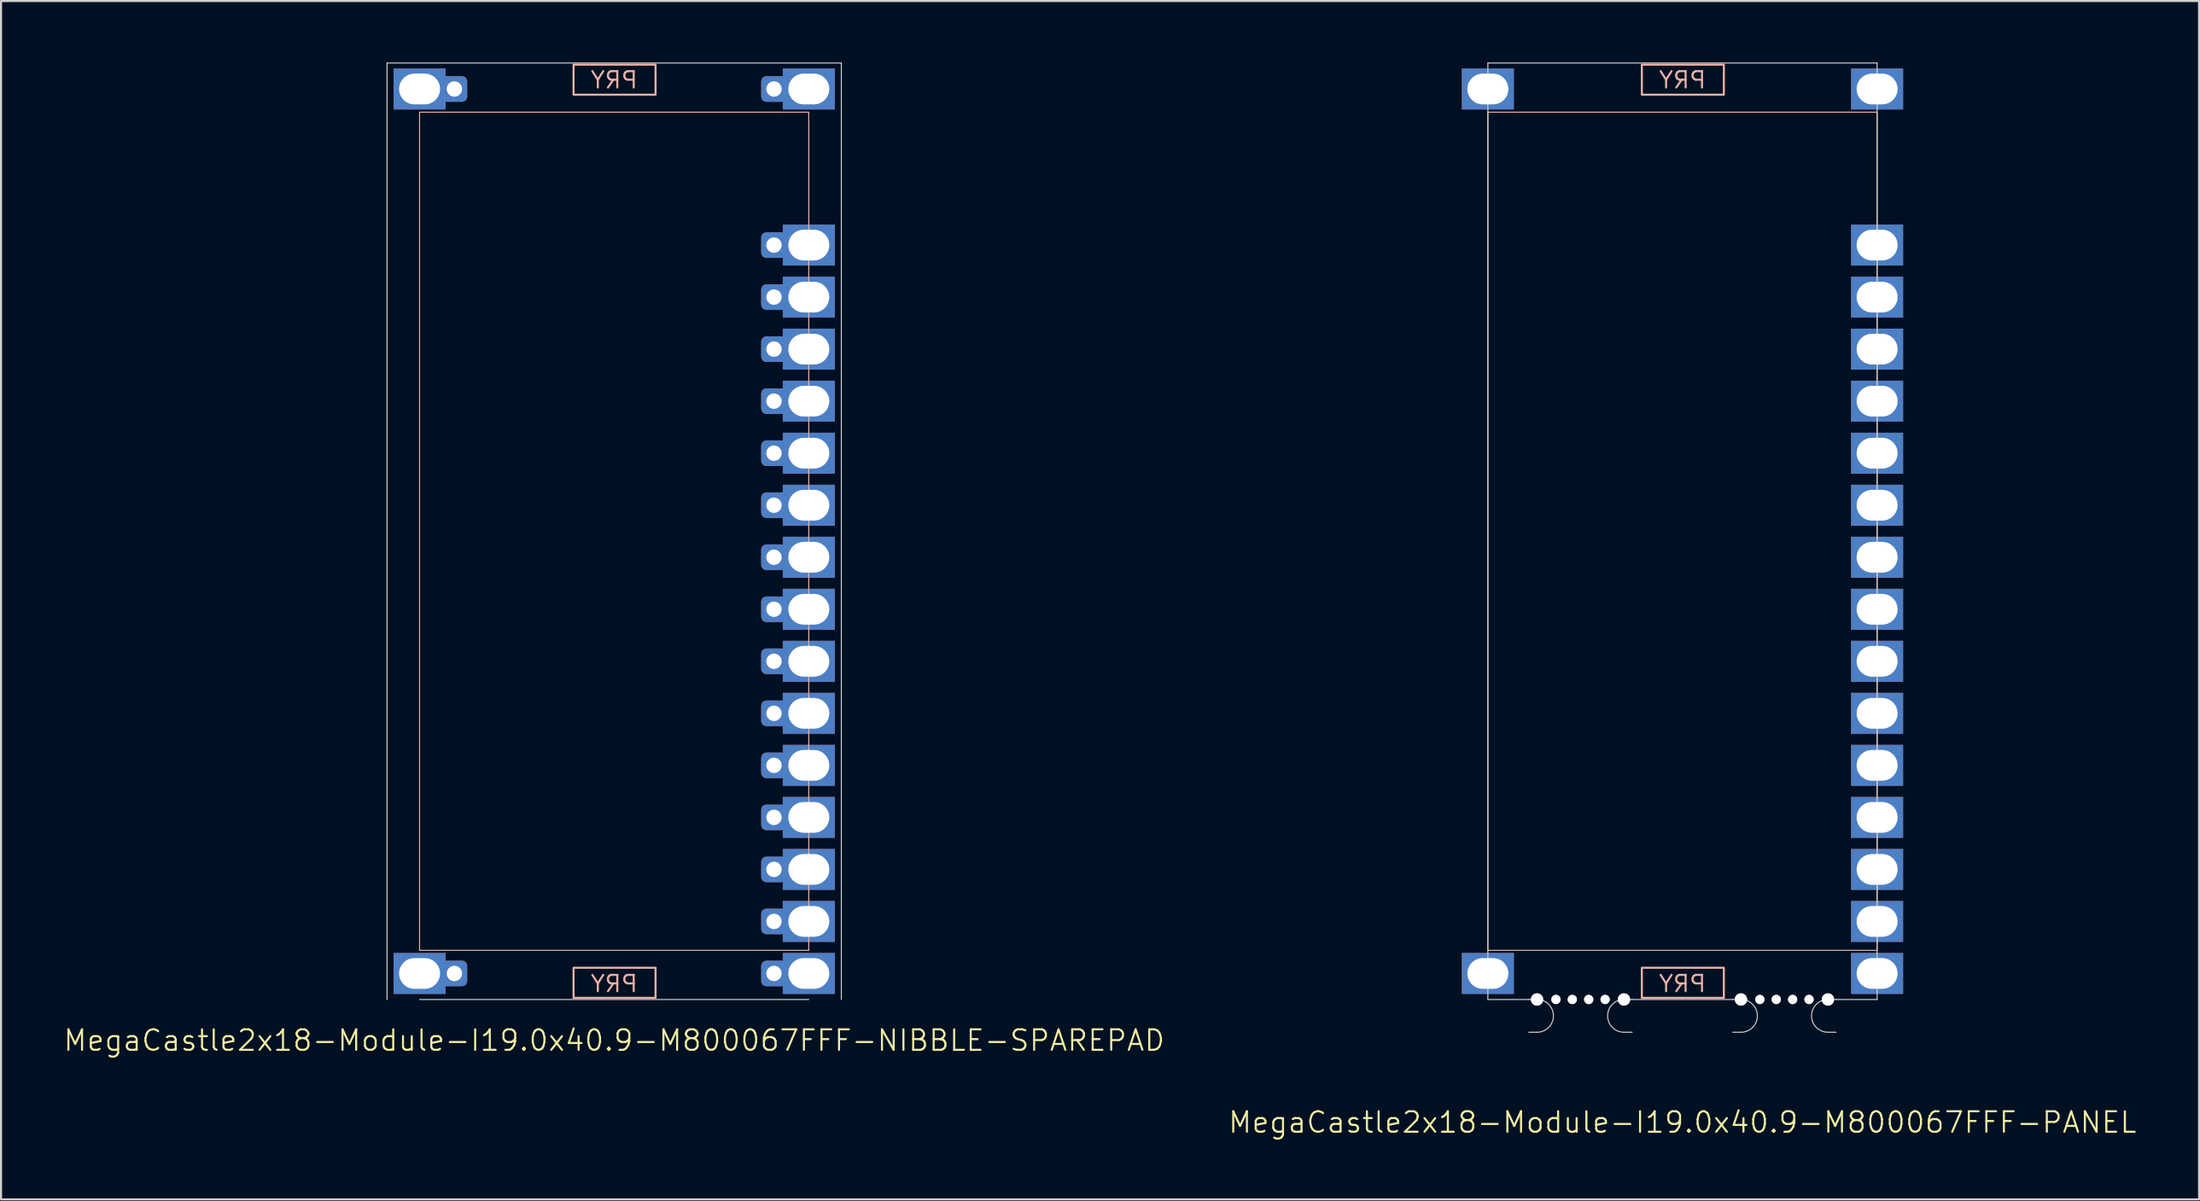
<source format=kicad_pcb>
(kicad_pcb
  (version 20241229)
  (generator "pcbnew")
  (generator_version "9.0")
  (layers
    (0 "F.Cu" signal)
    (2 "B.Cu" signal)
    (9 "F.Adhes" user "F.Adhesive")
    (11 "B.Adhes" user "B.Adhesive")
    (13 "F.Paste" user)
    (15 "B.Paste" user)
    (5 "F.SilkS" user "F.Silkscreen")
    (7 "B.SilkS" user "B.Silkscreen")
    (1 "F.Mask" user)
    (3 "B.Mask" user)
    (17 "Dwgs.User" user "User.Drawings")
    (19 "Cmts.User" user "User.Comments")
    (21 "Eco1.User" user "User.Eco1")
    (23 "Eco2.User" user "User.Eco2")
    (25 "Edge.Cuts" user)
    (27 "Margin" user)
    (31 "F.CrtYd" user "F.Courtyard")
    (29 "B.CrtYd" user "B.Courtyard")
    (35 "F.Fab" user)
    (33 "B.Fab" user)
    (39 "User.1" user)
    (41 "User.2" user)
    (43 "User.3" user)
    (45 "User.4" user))
  (footprint "MegaCastle2x18-Module-I19.0x40.9-M800067FFF-PANEL"
    (layer "F.Cu")
    (at 79.079 22.885)
    (property "Reference" "MegaCastle2x18-Module-I19.0x40.9-M800067FFF-PANEL" (at 0 28.86 0) (unlocked yes) (layer "F.SilkS") (effects (font (size 1 1) (thickness 0.1))))
    (attr smd)
    (fp_rect (start -9.5 20.46) (end 9.5 -20.46) (stroke (width 0.05) (type default)) (fill no) (layer "B.SilkS"))
    (fp_rect (start -1.984 -21.311) (end 2.02 -22.78) (stroke (width 0.1) (type default)) (fill no) (layer "B.SilkS"))
    (fp_rect (start -1.984 21.311) (end 2.02 22.78) (stroke (width 0.1) (type default)) (fill no) (layer "B.SilkS"))
    (fp_line (start -9.5 -22.86) (end -9.5 22.86) (stroke (width 0.05) (type default)) (layer "Edge.Cuts"))
    (fp_line (start -9.5 -22.86) (end 9.5 -22.86) (stroke (width 0.05) (type default)) (layer "Edge.Cuts"))
    (fp_line (start -9.5 22.86) (end -7.5 22.86) (stroke (width 0.05) (type default)) (layer "Edge.Cuts"))
    (fp_line (start -7.5 22.86) (end -7.1 22.86) (stroke (width 0.05) (type default)) (layer "Edge.Cuts"))
    (fp_line (start -7.5 24.46) (end -7.1 24.46) (stroke (width 0.05) (type default)) (layer "Edge.Cuts"))
    (fp_line (start -2.455 22.86) (end -2.855 22.86) (stroke (width 0.05) (type default)) (layer "Edge.Cuts"))
    (fp_line (start -2.455 22.86) (end 2.455 22.86) (stroke (width 0.05) (type default)) (layer "Edge.Cuts"))
    (fp_line (start -2.455 24.46) (end -2.855 24.46) (stroke (width 0.05) (type default)) (layer "Edge.Cuts"))
    (fp_line (start 2.455 22.86) (end 2.855 22.86) (stroke (width 0.05) (type default)) (layer "Edge.Cuts"))
    (fp_line (start 2.455 24.46) (end 2.855 24.46) (stroke (width 0.05) (type default)) (layer "Edge.Cuts"))
    (fp_line (start 7.5 22.86) (end 7.1 22.86) (stroke (width 0.05) (type default)) (layer "Edge.Cuts"))
    (fp_line (start 7.5 22.86) (end 9.5 22.86) (stroke (width 0.05) (type default)) (layer "Edge.Cuts"))
    (fp_line (start 7.5 24.46) (end 7.1 24.46) (stroke (width 0.05) (type default)) (layer "Edge.Cuts"))
    (fp_line (start 9.5 -22.86) (end 9.5 22.86) (stroke (width 0.05) (type default)) (layer "Edge.Cuts"))
    (fp_arc (start -7.1 22.860001) (mid -6.3 23.66) (end -7.1 24.459999) (stroke (width 0.05) (type default)) (layer "Edge.Cuts"))
    (fp_arc (start -2.855 24.459999) (mid -3.655 23.66) (end -2.855 22.860001) (stroke (width 0.05) (type default)) (layer "Edge.Cuts"))
    (fp_arc (start 2.855 22.860001) (mid 3.655 23.66) (end 2.855 24.459999) (stroke (width 0.05) (type default)) (layer "Edge.Cuts"))
    (fp_arc (start 7.1 24.459999) (mid 6.300001 23.66) (end 7.1 22.860001) (stroke (width 0.05) (type default)) (layer "Edge.Cuts"))
    (fp_text user "PRY" (at 0 -21.56 0) (unlocked yes) (layer "B.SilkS") (effects (font (size 0.8 0.8) (thickness 0.1)) (justify bottom mirror)))
    (fp_text user "PRY" (at 0 22.56 0) (unlocked yes) (layer "B.SilkS") (effects (font (size 0.8 0.8) (thickness 0.1)) (justify bottom mirror)))
    (pad "" np_thru_hole circle (at -7.1 22.86) (size 0.6 0.6) (drill 0.6) (layers "*.Cu" "Edge.Cuts"))
    (pad "" np_thru_hole circle (at -6.178 22.86) (size 0.45 0.45) (drill 0.45) (layers "*.Cu" "Edge.Cuts"))
    (pad "" np_thru_hole circle (at -5.378 22.86) (size 0.45 0.45) (drill 0.45) (layers "*.Cu" "Edge.Cuts"))
    (pad "" np_thru_hole circle (at -4.577 22.86) (size 0.45 0.45) (drill 0.45) (layers "*.Cu" "Edge.Cuts"))
    (pad "" np_thru_hole circle (at -3.777 22.86) (size 0.45 0.45) (drill 0.45) (layers "*.Cu" "Edge.Cuts"))
    (pad "" np_thru_hole circle (at -2.855 22.86) (size 0.6 0.6) (drill 0.6) (layers "*.Cu" "Edge.Cuts"))
    (pad "" np_thru_hole circle (at 2.855 22.86) (size 0.6 0.6) (drill 0.6) (layers "*.Cu" "Edge.Cuts"))
    (pad "" np_thru_hole circle (at 3.777 22.86) (size 0.45 0.45) (drill 0.45) (layers "*.Cu" "Edge.Cuts"))
    (pad "" np_thru_hole circle (at 4.577 22.86) (size 0.45 0.45) (drill 0.45) (layers "*.Cu" "Edge.Cuts"))
    (pad "" np_thru_hole circle (at 5.378 22.86) (size 0.45 0.45) (drill 0.45) (layers "*.Cu" "Edge.Cuts"))
    (pad "" np_thru_hole circle (at 6.178 22.86) (size 0.45 0.45) (drill 0.45) (layers "*.Cu" "Edge.Cuts"))
    (pad "" np_thru_hole circle (at 7.1 22.86) (size 0.6 0.6) (drill 0.6) (layers "*.Cu" "Edge.Cuts"))
    (pad "1" thru_hole rect (at -9.5 -21.59) (size 2.54 2) (drill oval 2 1.5) (property pad_prop_castellated) (layers "*.Cu" "*.Mask"))
    (pad "18" thru_hole rect (at -9.5 21.59) (size 2.54 2) (drill oval 2 1.5) (property pad_prop_castellated) (layers "*.Cu" "*.Mask"))
    (pad "19" thru_hole rect (at 9.5 -21.59) (size 2.54 2) (drill oval 2 1.5) (property pad_prop_castellated) (layers "*.Cu" "*.Mask"))
    (pad "22" thru_hole rect (at 9.5 -13.97) (size 2.54 2) (drill oval 2 1.5) (property pad_prop_castellated) (layers "*.Cu" "*.Mask"))
    (pad "23" thru_hole rect (at 9.5 -11.43) (size 2.54 2) (drill oval 2 1.5) (property pad_prop_castellated) (layers "*.Cu" "*.Mask"))
    (pad "24" thru_hole rect (at 9.5 -8.89) (size 2.54 2) (drill oval 2 1.5) (property pad_prop_castellated) (layers "*.Cu" "*.Mask"))
    (pad "25" thru_hole rect (at 9.5 -6.35) (size 2.54 2) (drill oval 2 1.5) (property pad_prop_castellated) (layers "*.Cu" "*.Mask"))
    (pad "26" thru_hole rect (at 9.5 -3.81) (size 2.54 2) (drill oval 2 1.5) (property pad_prop_castellated) (layers "*.Cu" "*.Mask"))
    (pad "27" thru_hole rect (at 9.5 -1.27) (size 2.54 2) (drill oval 2 1.5) (property pad_prop_castellated) (layers "*.Cu" "*.Mask"))
    (pad "28" thru_hole rect (at 9.5 1.27) (size 2.54 2) (drill oval 2 1.5) (property pad_prop_castellated) (layers "*.Cu" "*.Mask"))
    (pad "29" thru_hole rect (at 9.5 3.81) (size 2.54 2) (drill oval 2 1.5) (property pad_prop_castellated) (layers "*.Cu" "*.Mask"))
    (pad "30" thru_hole rect (at 9.5 6.35) (size 2.54 2) (drill oval 2 1.5) (property pad_prop_castellated) (layers "*.Cu" "*.Mask"))
    (pad "31" thru_hole rect (at 9.5 8.89) (size 2.54 2) (drill oval 2 1.5) (property pad_prop_castellated) (layers "*.Cu" "*.Mask"))
    (pad "32" thru_hole rect (at 9.5 11.43) (size 2.54 2) (drill oval 2 1.5) (property pad_prop_castellated) (layers "*.Cu" "*.Mask"))
    (pad "33" thru_hole rect (at 9.5 13.97) (size 2.54 2) (drill oval 2 1.5) (property pad_prop_castellated) (layers "*.Cu" "*.Mask"))
    (pad "34" thru_hole rect (at 9.5 16.51) (size 2.54 2) (drill oval 2 1.5) (property pad_prop_castellated) (layers "*.Cu" "*.Mask"))
    (pad "35" thru_hole rect (at 9.5 19.05) (size 2.54 2) (drill oval 2 1.5) (property pad_prop_castellated) (layers "*.Cu" "*.Mask"))
    (pad "36" thru_hole rect (at 9.5 21.59) (size 2.54 2) (drill oval 2 1.5) (property pad_prop_castellated) (layers "*.Cu" "*.Mask"))
    (zone (net_name "") (layer "B.Cu") (hatch edge 0.5) (connect_pads) (min_thickness 0.25) (filled_areas_thickness no) (keepout (tracks allowed) (vias allowed) (pads allowed) (copperpour allowed) (footprints not_allowed)) (placement (enabled no)) (fill) (polygon (pts (xy 69.579 45.745) (xy 69.579 0.025))))
    (zone (net_name "") (layer "B.Cu") (hatch edge 0.5) (connect_pads) (min_thickness 0.25) (filled_areas_thickness no) (keepout (tracks allowed) (vias allowed) (pads allowed) (copperpour allowed) (footprints not_allowed)) (placement (enabled no)) (fill) (polygon (pts (xy 88.579 45.745) (xy 88.579 0.025))))
    (zone (net_name "") (layer "B.Cu") (hatch edge 0.5) (connect_pads) (min_thickness 0.25) (filled_areas_thickness no) (keepout (tracks allowed) (vias allowed) (pads allowed) (copperpour allowed) (footprints not_allowed)) (placement (enabled no)) (fill) (polygon (pts (xy 69.579 0.025) (xy 69.579 2.425) (xy 88.579 2.425) (xy 88.579 0.025))))
    (zone (net_name "") (layer "B.Cu") (hatch edge 0.5) (connect_pads) (min_thickness 0.25) (filled_areas_thickness no) (keepout (tracks allowed) (vias allowed) (pads allowed) (copperpour allowed) (footprints not_allowed)) (placement (enabled no)) (fill) (polygon (pts (xy 69.579 45.745) (xy 69.579 43.345) (xy 88.579 43.345) (xy 88.579 45.745))))
    (zone (net_name "") (layer "B.Cu") (name "Upper Pry Zone") (hatch edge 0.5) (connect_pads) (min_thickness 0.25) (filled_areas_thickness no) (keepout (tracks not_allowed) (vias not_allowed) (pads not_allowed) (copperpour allowed) (footprints not_allowed)) (placement (enabled no)) (fill) (polygon (pts (xy 77.094 1.574) (xy 77.094 0.105) (xy 81.098 0.105) (xy 81.098 1.574))))
    (zone (net_name "") (layer "B.Cu") (name "Upper Pry Zone") (hatch edge 0.5) (connect_pads) (min_thickness 0.25) (filled_areas_thickness no) (keepout (tracks not_allowed) (vias not_allowed) (pads not_allowed) (copperpour allowed) (footprints not_allowed)) (placement (enabled no)) (fill) (polygon (pts (xy 77.094 44.196) (xy 77.094 45.665) (xy 81.098 45.665) (xy 81.098 44.196)))))
  (footprint "MegaCastle2x18-Module-I19.0x40.9-M800067FFF-NIBBLE-SPAREPAD"
    (layer "F.Cu")
    (at 26.931 22.885)
    (property "Reference" "MegaCastle2x18-Module-I19.0x40.9-M800067FFF-NIBBLE-SPAREPAD" (at 0 24.86 0) (unlocked yes) (layer "F.SilkS") (effects (font (size 1 1) (thickness 0.1))))
    (attr smd)
    (fp_rect (start -9.5 20.46) (end 9.5 -20.46) (stroke (width 0.05) (type default)) (fill no) (layer "B.SilkS"))
    (fp_rect (start -1.984 -21.311) (end 2.02 -22.78) (stroke (width 0.1) (type default)) (fill no) (layer "B.SilkS"))
    (fp_rect (start -1.984 21.311) (end 2.02 22.78) (stroke (width 0.1) (type default)) (fill no) (layer "B.SilkS"))
    (fp_line (start -11.088 -22.86) (end -11.088 22.86) (stroke (width 0.05) (type default)) (layer "Edge.Cuts"))
    (fp_line (start -11.088 -22.86) (end 11.088 -22.86) (stroke (width 0.05) (type default)) (layer "Edge.Cuts"))
    (fp_line (start -9.5 22.86) (end 9.5 22.86) (stroke (width 0.05) (type default)) (layer "Edge.Cuts"))
    (fp_line (start 11.088 -22.86) (end 11.088 22.86) (stroke (width 0.05) (type default)) (layer "Edge.Cuts"))
    (fp_text user "PRY" (at 0 -21.56 0) (unlocked yes) (layer "B.SilkS") (effects (font (size 0.8 0.8) (thickness 0.1)) (justify bottom mirror)))
    (fp_text user "PRY" (at 0 22.56 0) (unlocked yes) (layer "B.SilkS") (effects (font (size 0.8 0.8) (thickness 0.1)) (justify bottom mirror)))
    (pad "1" thru_hole rect (at -9.5 -21.59) (size 2.54 2) (drill oval 2 1.5) (property pad_prop_castellated) (layers "*.Cu" "*.Mask"))
    (pad "1" thru_hole roundrect (at -7.8 -21.59 180) (size 1.25 1.25) (drill 0.75) (layers "*.Cu" "*.Mask") (roundrect_rratio 0.2))
    (pad "18" thru_hole rect (at -9.5 21.59) (size 2.54 2) (drill oval 2 1.5) (property pad_prop_castellated) (layers "*.Cu" "*.Mask"))
    (pad "18" thru_hole roundrect (at -7.8 21.59 180) (size 1.25 1.25) (drill 0.75) (layers "*.Cu" "*.Mask") (roundrect_rratio 0.2))
    (pad "19" thru_hole roundrect (at 7.8 -21.59 180) (size 1.25 1.25) (drill 0.75) (layers "*.Cu" "*.Mask") (roundrect_rratio 0.2))
    (pad "19" thru_hole rect (at 9.5 -21.59) (size 2.54 2) (drill oval 2 1.5) (property pad_prop_castellated) (layers "*.Cu" "*.Mask"))
    (pad "22" thru_hole roundrect (at 7.8 -13.97 180) (size 1.25 1.25) (drill 0.75) (layers "*.Cu" "*.Mask") (roundrect_rratio 0.2))
    (pad "22" thru_hole rect (at 9.5 -13.97) (size 2.54 2) (drill oval 2 1.5) (property pad_prop_castellated) (layers "*.Cu" "*.Mask"))
    (pad "23" thru_hole roundrect (at 7.8 -11.43 180) (size 1.25 1.25) (drill 0.75) (layers "*.Cu" "*.Mask") (roundrect_rratio 0.2))
    (pad "23" thru_hole rect (at 9.5 -11.43) (size 2.54 2) (drill oval 2 1.5) (property pad_prop_castellated) (layers "*.Cu" "*.Mask"))
    (pad "24" thru_hole roundrect (at 7.8 -8.89 180) (size 1.25 1.25) (drill 0.75) (layers "*.Cu" "*.Mask") (roundrect_rratio 0.2))
    (pad "24" thru_hole rect (at 9.5 -8.89) (size 2.54 2) (drill oval 2 1.5) (property pad_prop_castellated) (layers "*.Cu" "*.Mask"))
    (pad "25" thru_hole roundrect (at 7.8 -6.35 180) (size 1.25 1.25) (drill 0.75) (layers "*.Cu" "*.Mask") (roundrect_rratio 0.2))
    (pad "25" thru_hole rect (at 9.5 -6.35) (size 2.54 2) (drill oval 2 1.5) (property pad_prop_castellated) (layers "*.Cu" "*.Mask"))
    (pad "26" thru_hole roundrect (at 7.8 -3.81 180) (size 1.25 1.25) (drill 0.75) (layers "*.Cu" "*.Mask") (roundrect_rratio 0.2))
    (pad "26" thru_hole rect (at 9.5 -3.81) (size 2.54 2) (drill oval 2 1.5) (property pad_prop_castellated) (layers "*.Cu" "*.Mask"))
    (pad "27" thru_hole roundrect (at 7.8 -1.27 180) (size 1.25 1.25) (drill 0.75) (layers "*.Cu" "*.Mask") (roundrect_rratio 0.2))
    (pad "27" thru_hole rect (at 9.5 -1.27) (size 2.54 2) (drill oval 2 1.5) (property pad_prop_castellated) (layers "*.Cu" "*.Mask"))
    (pad "28" thru_hole roundrect (at 7.8 1.27 180) (size 1.25 1.25) (drill 0.75) (layers "*.Cu" "*.Mask") (roundrect_rratio 0.2))
    (pad "28" thru_hole rect (at 9.5 1.27) (size 2.54 2) (drill oval 2 1.5) (property pad_prop_castellated) (layers "*.Cu" "*.Mask"))
    (pad "29" thru_hole roundrect (at 7.8 3.81 180) (size 1.25 1.25) (drill 0.75) (layers "*.Cu" "*.Mask") (roundrect_rratio 0.2))
    (pad "29" thru_hole rect (at 9.5 3.81) (size 2.54 2) (drill oval 2 1.5) (property pad_prop_castellated) (layers "*.Cu" "*.Mask"))
    (pad "30" thru_hole roundrect (at 7.8 6.35 180) (size 1.25 1.25) (drill 0.75) (layers "*.Cu" "*.Mask") (roundrect_rratio 0.2))
    (pad "30" thru_hole rect (at 9.5 6.35) (size 2.54 2) (drill oval 2 1.5) (property pad_prop_castellated) (layers "*.Cu" "*.Mask"))
    (pad "31" thru_hole roundrect (at 7.8 8.89 180) (size 1.25 1.25) (drill 0.75) (layers "*.Cu" "*.Mask") (roundrect_rratio 0.2))
    (pad "31" thru_hole rect (at 9.5 8.89) (size 2.54 2) (drill oval 2 1.5) (property pad_prop_castellated) (layers "*.Cu" "*.Mask"))
    (pad "32" thru_hole roundrect (at 7.8 11.43 180) (size 1.25 1.25) (drill 0.75) (layers "*.Cu" "*.Mask") (roundrect_rratio 0.2))
    (pad "32" thru_hole rect (at 9.5 11.43) (size 2.54 2) (drill oval 2 1.5) (property pad_prop_castellated) (layers "*.Cu" "*.Mask"))
    (pad "33" thru_hole roundrect (at 7.8 13.97 180) (size 1.25 1.25) (drill 0.75) (layers "*.Cu" "*.Mask") (roundrect_rratio 0.2))
    (pad "33" thru_hole rect (at 9.5 13.97) (size 2.54 2) (drill oval 2 1.5) (property pad_prop_castellated) (layers "*.Cu" "*.Mask"))
    (pad "34" thru_hole roundrect (at 7.8 16.51 180) (size 1.25 1.25) (drill 0.75) (layers "*.Cu" "*.Mask") (roundrect_rratio 0.2))
    (pad "34" thru_hole rect (at 9.5 16.51) (size 2.54 2) (drill oval 2 1.5) (property pad_prop_castellated) (layers "*.Cu" "*.Mask"))
    (pad "35" thru_hole roundrect (at 7.8 19.05 180) (size 1.25 1.25) (drill 0.75) (layers "*.Cu" "*.Mask") (roundrect_rratio 0.2))
    (pad "35" thru_hole rect (at 9.5 19.05) (size 2.54 2) (drill oval 2 1.5) (property pad_prop_castellated) (layers "*.Cu" "*.Mask"))
    (pad "36" thru_hole roundrect (at 7.8 21.59 180) (size 1.25 1.25) (drill 0.75) (layers "*.Cu" "*.Mask") (roundrect_rratio 0.2))
    (pad "36" thru_hole rect (at 9.5 21.59) (size 2.54 2) (drill oval 2 1.5) (property pad_prop_castellated) (layers "*.Cu" "*.Mask"))
    (zone (net_name "") (layer "B.Cu") (hatch edge 0.5) (connect_pads) (min_thickness 0.25) (filled_areas_thickness no) (keepout (tracks allowed) (vias allowed) (pads allowed) (copperpour allowed) (footprints not_allowed)) (placement (enabled no)) (fill) (polygon (pts (xy 17.431 45.745) (xy 17.431 0.025))))
    (zone (net_name "") (layer "B.Cu") (hatch edge 0.5) (connect_pads) (min_thickness 0.25) (filled_areas_thickness no) (keepout (tracks allowed) (vias allowed) (pads allowed) (copperpour allowed) (footprints not_allowed)) (placement (enabled no)) (fill) (polygon (pts (xy 36.431 45.745) (xy 36.431 0.025))))
    (zone (net_name "") (layer "B.Cu") (hatch edge 0.5) (connect_pads) (min_thickness 0.25) (filled_areas_thickness no) (keepout (tracks allowed) (vias allowed) (pads allowed) (copperpour allowed) (footprints not_allowed)) (placement (enabled no)) (fill) (polygon (pts (xy 17.431 0.025) (xy 17.431 2.425) (xy 36.431 2.425) (xy 36.431 0.025))))
    (zone (net_name "") (layer "B.Cu") (hatch edge 0.5) (connect_pads) (min_thickness 0.25) (filled_areas_thickness no) (keepout (tracks allowed) (vias allowed) (pads allowed) (copperpour allowed) (footprints not_allowed)) (placement (enabled no)) (fill) (polygon (pts (xy 17.431 45.745) (xy 17.431 43.345) (xy 36.431 43.345) (xy 36.431 45.745))))
    (zone (net_name "") (layer "B.Cu") (name "Upper Pry Zone") (hatch edge 0.5) (connect_pads) (min_thickness 0.25) (filled_areas_thickness no) (keepout (tracks not_allowed) (vias not_allowed) (pads not_allowed) (copperpour allowed) (footprints not_allowed)) (placement (enabled no)) (fill) (polygon (pts (xy 24.947 1.574) (xy 24.947 0.105) (xy 28.95 0.105) (xy 28.95 1.574))))
    (zone (net_name "") (layer "B.Cu") (name "Upper Pry Zone") (hatch edge 0.5) (connect_pads) (min_thickness 0.25) (filled_areas_thickness no) (keepout (tracks not_allowed) (vias not_allowed) (pads not_allowed) (copperpour allowed) (footprints not_allowed)) (placement (enabled no)) (fill) (polygon (pts (xy 24.947 44.196) (xy 24.947 45.665) (xy 28.95 45.665) (xy 28.95 44.196)))))
  (gr_rect
    (start -3 -3)
    (end 104.295 55.506)
    (stroke (width 0.1) (type default))
    (fill no)
    (layer "Edge.Cuts")))
</source>
